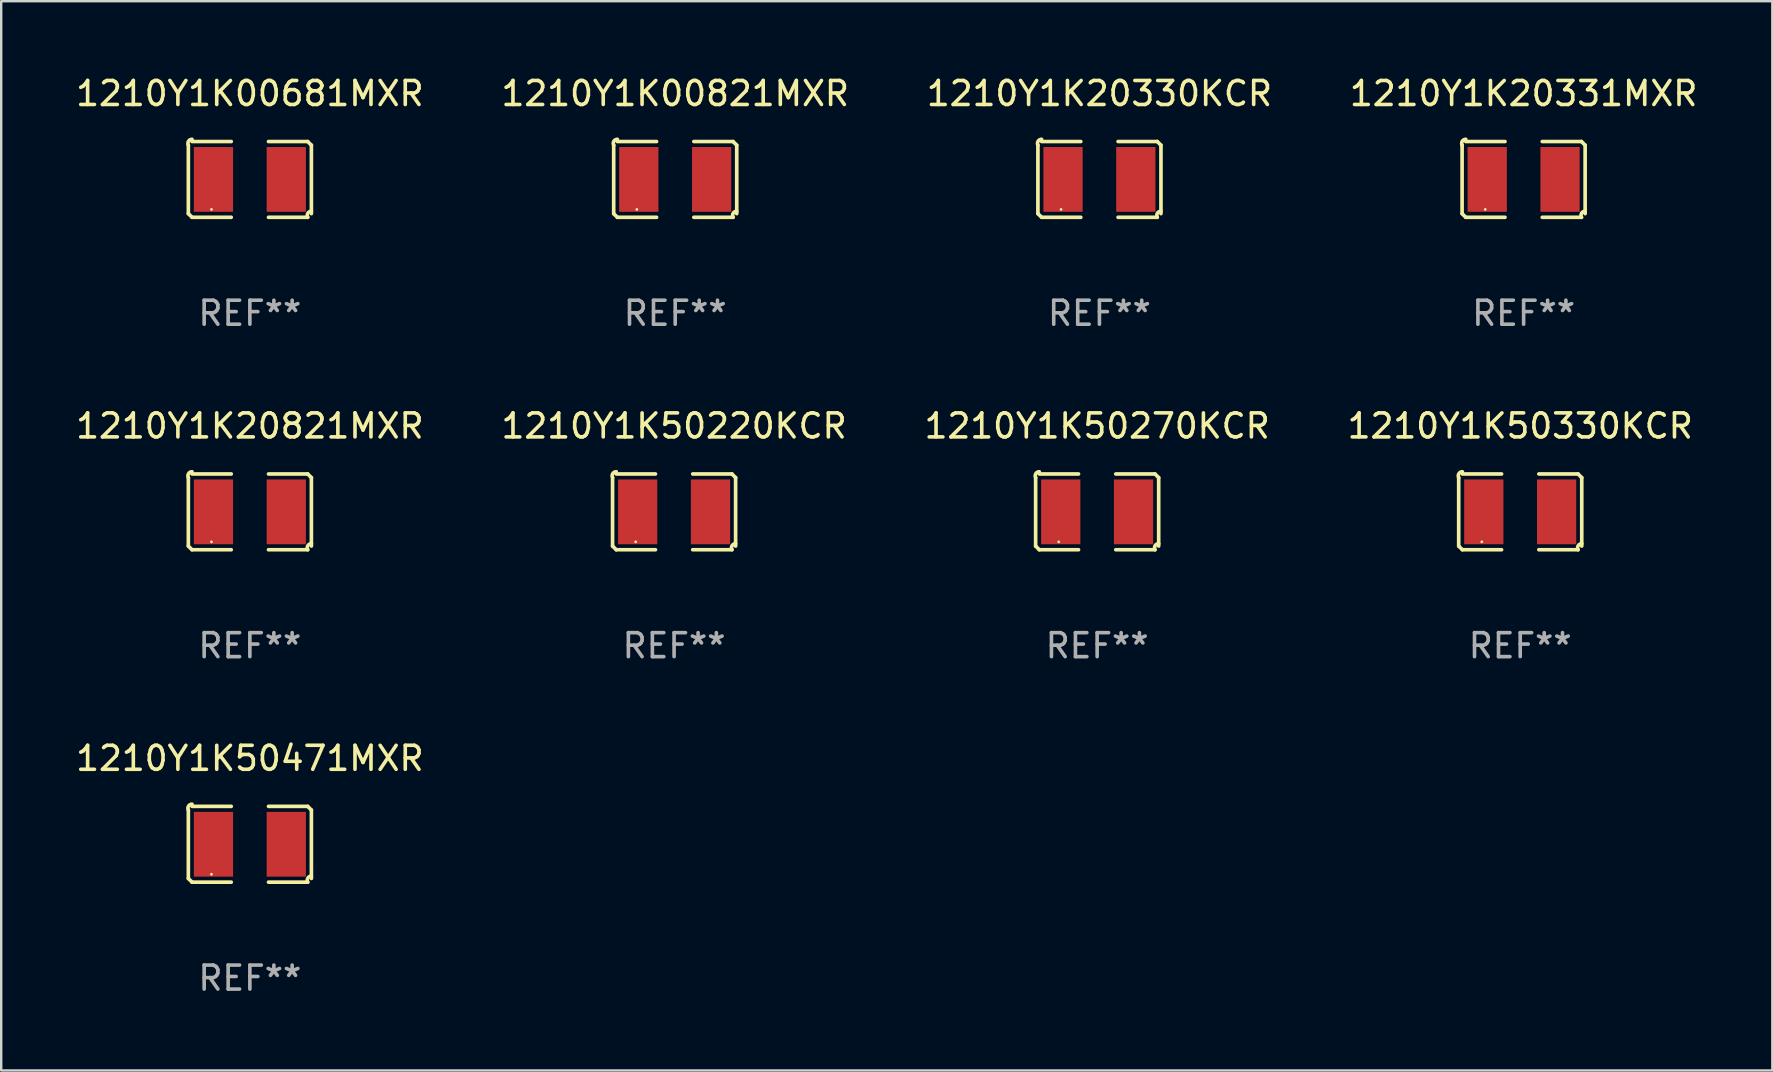
<source format=kicad_pcb>
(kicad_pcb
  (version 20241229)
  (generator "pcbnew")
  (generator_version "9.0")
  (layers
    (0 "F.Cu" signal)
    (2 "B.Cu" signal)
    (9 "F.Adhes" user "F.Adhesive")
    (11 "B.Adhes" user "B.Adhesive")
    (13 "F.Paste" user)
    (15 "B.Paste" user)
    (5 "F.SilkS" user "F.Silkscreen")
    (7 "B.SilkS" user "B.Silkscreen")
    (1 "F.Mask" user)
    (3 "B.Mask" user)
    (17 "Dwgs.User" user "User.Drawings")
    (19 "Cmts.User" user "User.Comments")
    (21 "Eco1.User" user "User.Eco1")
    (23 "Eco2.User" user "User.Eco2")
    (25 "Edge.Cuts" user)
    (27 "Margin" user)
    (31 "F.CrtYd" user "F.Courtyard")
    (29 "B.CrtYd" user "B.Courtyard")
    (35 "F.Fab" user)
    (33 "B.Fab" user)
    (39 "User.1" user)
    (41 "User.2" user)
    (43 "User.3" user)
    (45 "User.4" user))
  (footprint "1210Y1K50330KCR"
    (layer "F.Cu")
    (at 60.304 18.281)
    (property "Reference" "1210Y1K50330KCR" (at 0 -3.579 0) (layer "F.SilkS") (effects (font (size 1 1) (thickness 0.15))))
    (attr through_hole)
    (fp_line (start -2.564 1.426) (end -2.564 -1.426) (stroke (width 0.152) (type solid)) (layer "F.SilkS"))
    (fp_line (start -2.411 -1.579) (end -0.776 -1.579) (stroke (width 0.152) (type solid)) (layer "F.SilkS"))
    (fp_line (start -0.776 1.579) (end -2.411 1.579) (stroke (width 0.152) (type solid)) (layer "F.SilkS"))
    (fp_line (start 0.776 1.579) (end 2.411 1.579) (stroke (width 0.152) (type solid)) (layer "F.SilkS"))
    (fp_line (start 2.411 -1.579) (end 0.776 -1.579) (stroke (width 0.152) (type solid)) (layer "F.SilkS"))
    (fp_line (start 2.564 1.426) (end 2.564 -1.426) (stroke (width 0.152) (type solid)) (layer "F.SilkS"))
    (fp_arc (start -2.563602 -1.426213) (mid -2.555597 -1.591233) (end -2.411201 -1.671518) (stroke (width 0.1524) (type solid)) (layer "F.SilkS"))
    (fp_arc (start -2.5636 1.426214) (mid -2.487389 1.502402) (end -2.411201 1.578613) (stroke (width 0.1524) (type solid)) (layer "F.SilkS"))
    (fp_arc (start 2.411197 -1.578618) (mid 2.487403 -1.502419) (end 2.563602 -1.426213) (stroke (width 0.1524) (type solid)) (layer "F.SilkS"))
    (fp_arc (start 2.411201 1.578613) (mid 2.416214 1.409455) (end 2.563602 1.32629) (stroke (width 0.1524) (type solid)) (layer "F.SilkS"))
    (fp_circle (center -1.6 1.25) (end -1.57 1.25) (stroke (width 0.06) (type solid)) (fill no) (layer "F.SilkS"))
    (fp_text user "REF**" (at 0 5.579 0) (layer "F.Fab") (effects (font (size 1 1) (thickness 0.15))))
    (pad "1" smd rect (at -1.517 0) (size 1.635 2.7) (layers "F.Cu" "F.Mask" "F.Paste"))
    (pad "2" smd rect (at 1.517 0) (size 1.635 2.7) (layers "F.Cu" "F.Mask" "F.Paste")))
  (footprint "1210Y1K00681MXR"
    (layer "F.Cu")
    (at 7.363 4.427)
    (property "Reference" "1210Y1K00681MXR" (at 0 -3.579 0) (layer "F.SilkS") (effects (font (size 1 1) (thickness 0.15))))
    (attr through_hole)
    (fp_line (start -2.564 1.426) (end -2.564 -1.426) (stroke (width 0.152) (type solid)) (layer "F.SilkS"))
    (fp_line (start -2.411 -1.579) (end -0.776 -1.579) (stroke (width 0.152) (type solid)) (layer "F.SilkS"))
    (fp_line (start -0.776 1.579) (end -2.411 1.579) (stroke (width 0.152) (type solid)) (layer "F.SilkS"))
    (fp_line (start 0.776 1.579) (end 2.411 1.579) (stroke (width 0.152) (type solid)) (layer "F.SilkS"))
    (fp_line (start 2.411 -1.579) (end 0.776 -1.579) (stroke (width 0.152) (type solid)) (layer "F.SilkS"))
    (fp_line (start 2.564 1.426) (end 2.564 -1.426) (stroke (width 0.152) (type solid)) (layer "F.SilkS"))
    (fp_arc (start -2.563602 -1.426213) (mid -2.555597 -1.591233) (end -2.411201 -1.671518) (stroke (width 0.1524) (type solid)) (layer "F.SilkS"))
    (fp_arc (start -2.5636 1.426214) (mid -2.487389 1.502402) (end -2.411201 1.578613) (stroke (width 0.1524) (type solid)) (layer "F.SilkS"))
    (fp_arc (start 2.411197 -1.578618) (mid 2.487403 -1.502419) (end 2.563602 -1.426213) (stroke (width 0.1524) (type solid)) (layer "F.SilkS"))
    (fp_arc (start 2.411201 1.578613) (mid 2.416214 1.409455) (end 2.563602 1.32629) (stroke (width 0.1524) (type solid)) (layer "F.SilkS"))
    (fp_circle (center -1.6 1.25) (end -1.57 1.25) (stroke (width 0.06) (type solid)) (fill no) (layer "F.SilkS"))
    (fp_text user "REF**" (at 0 5.579 0) (layer "F.Fab") (effects (font (size 1 1) (thickness 0.15))))
    (pad "1" smd rect (at -1.517 0) (size 1.635 2.7) (layers "F.Cu" "F.Mask" "F.Paste"))
    (pad "2" smd rect (at 1.517 0) (size 1.635 2.7) (layers "F.Cu" "F.Mask" "F.Paste")))
  (footprint "1210Y1K50270KCR"
    (layer "F.Cu")
    (at 42.673 18.281)
    (property "Reference" "1210Y1K50270KCR" (at 0 -3.579 0) (layer "F.SilkS") (effects (font (size 1 1) (thickness 0.15))))
    (attr through_hole)
    (fp_line (start -2.564 1.426) (end -2.564 -1.426) (stroke (width 0.152) (type solid)) (layer "F.SilkS"))
    (fp_line (start -2.411 -1.579) (end -0.776 -1.579) (stroke (width 0.152) (type solid)) (layer "F.SilkS"))
    (fp_line (start -0.776 1.579) (end -2.411 1.579) (stroke (width 0.152) (type solid)) (layer "F.SilkS"))
    (fp_line (start 0.776 1.579) (end 2.411 1.579) (stroke (width 0.152) (type solid)) (layer "F.SilkS"))
    (fp_line (start 2.411 -1.579) (end 0.776 -1.579) (stroke (width 0.152) (type solid)) (layer "F.SilkS"))
    (fp_line (start 2.564 1.426) (end 2.564 -1.426) (stroke (width 0.152) (type solid)) (layer "F.SilkS"))
    (fp_arc (start -2.563602 -1.426213) (mid -2.555597 -1.591233) (end -2.411201 -1.671518) (stroke (width 0.1524) (type solid)) (layer "F.SilkS"))
    (fp_arc (start -2.5636 1.426214) (mid -2.487389 1.502402) (end -2.411201 1.578613) (stroke (width 0.1524) (type solid)) (layer "F.SilkS"))
    (fp_arc (start 2.411197 -1.578618) (mid 2.487403 -1.502419) (end 2.563602 -1.426213) (stroke (width 0.1524) (type solid)) (layer "F.SilkS"))
    (fp_arc (start 2.411201 1.578613) (mid 2.416214 1.409455) (end 2.563602 1.32629) (stroke (width 0.1524) (type solid)) (layer "F.SilkS"))
    (fp_circle (center -1.6 1.25) (end -1.57 1.25) (stroke (width 0.06) (type solid)) (fill no) (layer "F.SilkS"))
    (fp_text user "REF**" (at 0 5.579 0) (layer "F.Fab") (effects (font (size 1 1) (thickness 0.15))))
    (pad "1" smd rect (at -1.517 0) (size 1.635 2.7) (layers "F.Cu" "F.Mask" "F.Paste"))
    (pad "2" smd rect (at 1.517 0) (size 1.635 2.7) (layers "F.Cu" "F.Mask" "F.Paste")))
  (footprint "1210Y1K20821MXR"
    (layer "F.Cu")
    (at 7.363 18.281)
    (property "Reference" "1210Y1K20821MXR" (at 0 -3.579 0) (layer "F.SilkS") (effects (font (size 1 1) (thickness 0.15))))
    (attr through_hole)
    (fp_line (start -2.564 1.426) (end -2.564 -1.426) (stroke (width 0.152) (type solid)) (layer "F.SilkS"))
    (fp_line (start -2.411 -1.579) (end -0.776 -1.579) (stroke (width 0.152) (type solid)) (layer "F.SilkS"))
    (fp_line (start -0.776 1.579) (end -2.411 1.579) (stroke (width 0.152) (type solid)) (layer "F.SilkS"))
    (fp_line (start 0.776 1.579) (end 2.411 1.579) (stroke (width 0.152) (type solid)) (layer "F.SilkS"))
    (fp_line (start 2.411 -1.579) (end 0.776 -1.579) (stroke (width 0.152) (type solid)) (layer "F.SilkS"))
    (fp_line (start 2.564 1.426) (end 2.564 -1.426) (stroke (width 0.152) (type solid)) (layer "F.SilkS"))
    (fp_arc (start -2.563602 -1.426213) (mid -2.555597 -1.591233) (end -2.411201 -1.671518) (stroke (width 0.1524) (type solid)) (layer "F.SilkS"))
    (fp_arc (start -2.5636 1.426214) (mid -2.487389 1.502402) (end -2.411201 1.578613) (stroke (width 0.1524) (type solid)) (layer "F.SilkS"))
    (fp_arc (start 2.411197 -1.578618) (mid 2.487403 -1.502419) (end 2.563602 -1.426213) (stroke (width 0.1524) (type solid)) (layer "F.SilkS"))
    (fp_arc (start 2.411201 1.578613) (mid 2.416214 1.409455) (end 2.563602 1.32629) (stroke (width 0.1524) (type solid)) (layer "F.SilkS"))
    (fp_circle (center -1.6 1.25) (end -1.57 1.25) (stroke (width 0.06) (type solid)) (fill no) (layer "F.SilkS"))
    (fp_text user "REF**" (at 0 5.579 0) (layer "F.Fab") (effects (font (size 1 1) (thickness 0.15))))
    (pad "1" smd rect (at -1.517 0) (size 1.635 2.7) (layers "F.Cu" "F.Mask" "F.Paste"))
    (pad "2" smd rect (at 1.517 0) (size 1.635 2.7) (layers "F.Cu" "F.Mask" "F.Paste")))
  (footprint "1210Y1K50220KCR"
    (layer "F.Cu")
    (at 25.042 18.281)
    (property "Reference" "1210Y1K50220KCR" (at 0 -3.579 0) (layer "F.SilkS") (effects (font (size 1 1) (thickness 0.15))))
    (attr through_hole)
    (fp_line (start -2.564 1.426) (end -2.564 -1.426) (stroke (width 0.152) (type solid)) (layer "F.SilkS"))
    (fp_line (start -2.411 -1.579) (end -0.776 -1.579) (stroke (width 0.152) (type solid)) (layer "F.SilkS"))
    (fp_line (start -0.776 1.579) (end -2.411 1.579) (stroke (width 0.152) (type solid)) (layer "F.SilkS"))
    (fp_line (start 0.776 1.579) (end 2.411 1.579) (stroke (width 0.152) (type solid)) (layer "F.SilkS"))
    (fp_line (start 2.411 -1.579) (end 0.776 -1.579) (stroke (width 0.152) (type solid)) (layer "F.SilkS"))
    (fp_line (start 2.564 1.426) (end 2.564 -1.426) (stroke (width 0.152) (type solid)) (layer "F.SilkS"))
    (fp_arc (start -2.563602 -1.426213) (mid -2.555597 -1.591233) (end -2.411201 -1.671518) (stroke (width 0.1524) (type solid)) (layer "F.SilkS"))
    (fp_arc (start -2.5636 1.426214) (mid -2.487389 1.502402) (end -2.411201 1.578613) (stroke (width 0.1524) (type solid)) (layer "F.SilkS"))
    (fp_arc (start 2.411197 -1.578618) (mid 2.487403 -1.502419) (end 2.563602 -1.426213) (stroke (width 0.1524) (type solid)) (layer "F.SilkS"))
    (fp_arc (start 2.411201 1.578613) (mid 2.416214 1.409455) (end 2.563602 1.32629) (stroke (width 0.1524) (type solid)) (layer "F.SilkS"))
    (fp_circle (center -1.6 1.25) (end -1.57 1.25) (stroke (width 0.06) (type solid)) (fill no) (layer "F.SilkS"))
    (fp_text user "REF**" (at 0 5.579 0) (layer "F.Fab") (effects (font (size 1 1) (thickness 0.15))))
    (pad "1" smd rect (at -1.517 0) (size 1.635 2.7) (layers "F.Cu" "F.Mask" "F.Paste"))
    (pad "2" smd rect (at 1.517 0) (size 1.635 2.7) (layers "F.Cu" "F.Mask" "F.Paste")))
  (footprint "1210Y1K20330KCR"
    (layer "F.Cu")
    (at 42.768 4.427)
    (property "Reference" "1210Y1K20330KCR" (at 0 -3.579 0) (layer "F.SilkS") (effects (font (size 1 1) (thickness 0.15))))
    (attr through_hole)
    (fp_line (start -2.564 1.426) (end -2.564 -1.426) (stroke (width 0.152) (type solid)) (layer "F.SilkS"))
    (fp_line (start -2.411 -1.579) (end -0.776 -1.579) (stroke (width 0.152) (type solid)) (layer "F.SilkS"))
    (fp_line (start -0.776 1.579) (end -2.411 1.579) (stroke (width 0.152) (type solid)) (layer "F.SilkS"))
    (fp_line (start 0.776 1.579) (end 2.411 1.579) (stroke (width 0.152) (type solid)) (layer "F.SilkS"))
    (fp_line (start 2.411 -1.579) (end 0.776 -1.579) (stroke (width 0.152) (type solid)) (layer "F.SilkS"))
    (fp_line (start 2.564 1.426) (end 2.564 -1.426) (stroke (width 0.152) (type solid)) (layer "F.SilkS"))
    (fp_arc (start -2.563602 -1.426213) (mid -2.555597 -1.591233) (end -2.411201 -1.671518) (stroke (width 0.1524) (type solid)) (layer "F.SilkS"))
    (fp_arc (start -2.5636 1.426214) (mid -2.487389 1.502402) (end -2.411201 1.578613) (stroke (width 0.1524) (type solid)) (layer "F.SilkS"))
    (fp_arc (start 2.411197 -1.578618) (mid 2.487403 -1.502419) (end 2.563602 -1.426213) (stroke (width 0.1524) (type solid)) (layer "F.SilkS"))
    (fp_arc (start 2.411201 1.578613) (mid 2.416214 1.409455) (end 2.563602 1.32629) (stroke (width 0.1524) (type solid)) (layer "F.SilkS"))
    (fp_circle (center -1.6 1.25) (end -1.57 1.25) (stroke (width 0.06) (type solid)) (fill no) (layer "F.SilkS"))
    (fp_text user "REF**" (at 0 5.579 0) (layer "F.Fab") (effects (font (size 1 1) (thickness 0.15))))
    (pad "1" smd rect (at -1.517 0) (size 1.635 2.7) (layers "F.Cu" "F.Mask" "F.Paste"))
    (pad "2" smd rect (at 1.517 0) (size 1.635 2.7) (layers "F.Cu" "F.Mask" "F.Paste")))
  (footprint "1210Y1K00821MXR"
    (layer "F.Cu")
    (at 25.089 4.427)
    (property "Reference" "1210Y1K00821MXR" (at 0 -3.579 0) (layer "F.SilkS") (effects (font (size 1 1) (thickness 0.15))))
    (attr through_hole)
    (fp_line (start -2.564 1.426) (end -2.564 -1.426) (stroke (width 0.152) (type solid)) (layer "F.SilkS"))
    (fp_line (start -2.411 -1.579) (end -0.776 -1.579) (stroke (width 0.152) (type solid)) (layer "F.SilkS"))
    (fp_line (start -0.776 1.579) (end -2.411 1.579) (stroke (width 0.152) (type solid)) (layer "F.SilkS"))
    (fp_line (start 0.776 1.579) (end 2.411 1.579) (stroke (width 0.152) (type solid)) (layer "F.SilkS"))
    (fp_line (start 2.411 -1.579) (end 0.776 -1.579) (stroke (width 0.152) (type solid)) (layer "F.SilkS"))
    (fp_line (start 2.564 1.426) (end 2.564 -1.426) (stroke (width 0.152) (type solid)) (layer "F.SilkS"))
    (fp_arc (start -2.563602 -1.426213) (mid -2.555597 -1.591233) (end -2.411201 -1.671518) (stroke (width 0.1524) (type solid)) (layer "F.SilkS"))
    (fp_arc (start -2.5636 1.426214) (mid -2.487389 1.502402) (end -2.411201 1.578613) (stroke (width 0.1524) (type solid)) (layer "F.SilkS"))
    (fp_arc (start 2.411197 -1.578618) (mid 2.487403 -1.502419) (end 2.563602 -1.426213) (stroke (width 0.1524) (type solid)) (layer "F.SilkS"))
    (fp_arc (start 2.411201 1.578613) (mid 2.416214 1.409455) (end 2.563602 1.32629) (stroke (width 0.1524) (type solid)) (layer "F.SilkS"))
    (fp_circle (center -1.6 1.25) (end -1.57 1.25) (stroke (width 0.06) (type solid)) (fill no) (layer "F.SilkS"))
    (fp_text user "REF**" (at 0 5.579 0) (layer "F.Fab") (effects (font (size 1 1) (thickness 0.15))))
    (pad "1" smd rect (at -1.517 0) (size 1.635 2.7) (layers "F.Cu" "F.Mask" "F.Paste"))
    (pad "2" smd rect (at 1.517 0) (size 1.635 2.7) (layers "F.Cu" "F.Mask" "F.Paste")))
  (footprint "1210Y1K50471MXR"
    (layer "F.Cu")
    (at 7.363 32.134)
    (property "Reference" "1210Y1K50471MXR" (at 0 -3.579 0) (layer "F.SilkS") (effects (font (size 1 1) (thickness 0.15))))
    (attr through_hole)
    (fp_line (start -2.564 1.426) (end -2.564 -1.426) (stroke (width 0.152) (type solid)) (layer "F.SilkS"))
    (fp_line (start -2.411 -1.579) (end -0.776 -1.579) (stroke (width 0.152) (type solid)) (layer "F.SilkS"))
    (fp_line (start -0.776 1.579) (end -2.411 1.579) (stroke (width 0.152) (type solid)) (layer "F.SilkS"))
    (fp_line (start 0.776 1.579) (end 2.411 1.579) (stroke (width 0.152) (type solid)) (layer "F.SilkS"))
    (fp_line (start 2.411 -1.579) (end 0.776 -1.579) (stroke (width 0.152) (type solid)) (layer "F.SilkS"))
    (fp_line (start 2.564 1.426) (end 2.564 -1.426) (stroke (width 0.152) (type solid)) (layer "F.SilkS"))
    (fp_arc (start -2.563602 -1.426213) (mid -2.555597 -1.591233) (end -2.411201 -1.671518) (stroke (width 0.1524) (type solid)) (layer "F.SilkS"))
    (fp_arc (start -2.5636 1.426214) (mid -2.487389 1.502402) (end -2.411201 1.578613) (stroke (width 0.1524) (type solid)) (layer "F.SilkS"))
    (fp_arc (start 2.411197 -1.578618) (mid 2.487403 -1.502419) (end 2.563602 -1.426213) (stroke (width 0.1524) (type solid)) (layer "F.SilkS"))
    (fp_arc (start 2.411201 1.578613) (mid 2.416214 1.409455) (end 2.563602 1.32629) (stroke (width 0.1524) (type solid)) (layer "F.SilkS"))
    (fp_circle (center -1.6 1.25) (end -1.57 1.25) (stroke (width 0.06) (type solid)) (fill no) (layer "F.SilkS"))
    (fp_text user "REF**" (at 0 5.579 0) (layer "F.Fab") (effects (font (size 1 1) (thickness 0.15))))
    (pad "1" smd rect (at -1.517 0) (size 1.635 2.7) (layers "F.Cu" "F.Mask" "F.Paste"))
    (pad "2" smd rect (at 1.517 0) (size 1.635 2.7) (layers "F.Cu" "F.Mask" "F.Paste")))
  (footprint "1210Y1K20331MXR"
    (layer "F.Cu")
    (at 60.446 4.427)
    (property "Reference" "1210Y1K20331MXR" (at 0 -3.579 0) (layer "F.SilkS") (effects (font (size 1 1) (thickness 0.15))))
    (attr through_hole)
    (fp_line (start -2.564 1.426) (end -2.564 -1.426) (stroke (width 0.152) (type solid)) (layer "F.SilkS"))
    (fp_line (start -2.411 -1.579) (end -0.776 -1.579) (stroke (width 0.152) (type solid)) (layer "F.SilkS"))
    (fp_line (start -0.776 1.579) (end -2.411 1.579) (stroke (width 0.152) (type solid)) (layer "F.SilkS"))
    (fp_line (start 0.776 1.579) (end 2.411 1.579) (stroke (width 0.152) (type solid)) (layer "F.SilkS"))
    (fp_line (start 2.411 -1.579) (end 0.776 -1.579) (stroke (width 0.152) (type solid)) (layer "F.SilkS"))
    (fp_line (start 2.564 1.426) (end 2.564 -1.426) (stroke (width 0.152) (type solid)) (layer "F.SilkS"))
    (fp_arc (start -2.563602 -1.426213) (mid -2.555597 -1.591233) (end -2.411201 -1.671518) (stroke (width 0.1524) (type solid)) (layer "F.SilkS"))
    (fp_arc (start -2.5636 1.426214) (mid -2.487389 1.502402) (end -2.411201 1.578613) (stroke (width 0.1524) (type solid)) (layer "F.SilkS"))
    (fp_arc (start 2.411197 -1.578618) (mid 2.487403 -1.502419) (end 2.563602 -1.426213) (stroke (width 0.1524) (type solid)) (layer "F.SilkS"))
    (fp_arc (start 2.411201 1.578613) (mid 2.416214 1.409455) (end 2.563602 1.32629) (stroke (width 0.1524) (type solid)) (layer "F.SilkS"))
    (fp_circle (center -1.6 1.25) (end -1.57 1.25) (stroke (width 0.06) (type solid)) (fill no) (layer "F.SilkS"))
    (fp_text user "REF**" (at 0 5.579 0) (layer "F.Fab") (effects (font (size 1 1) (thickness 0.15))))
    (pad "1" smd rect (at -1.517 0) (size 1.635 2.7) (layers "F.Cu" "F.Mask" "F.Paste"))
    (pad "2" smd rect (at 1.517 0) (size 1.635 2.7) (layers "F.Cu" "F.Mask" "F.Paste")))
  (gr_rect
    (start -3 -3)
    (end 70.81 41.561)
    (stroke (width 0.1) (type default))
    (fill no)
    (layer "Edge.Cuts")))
</source>
